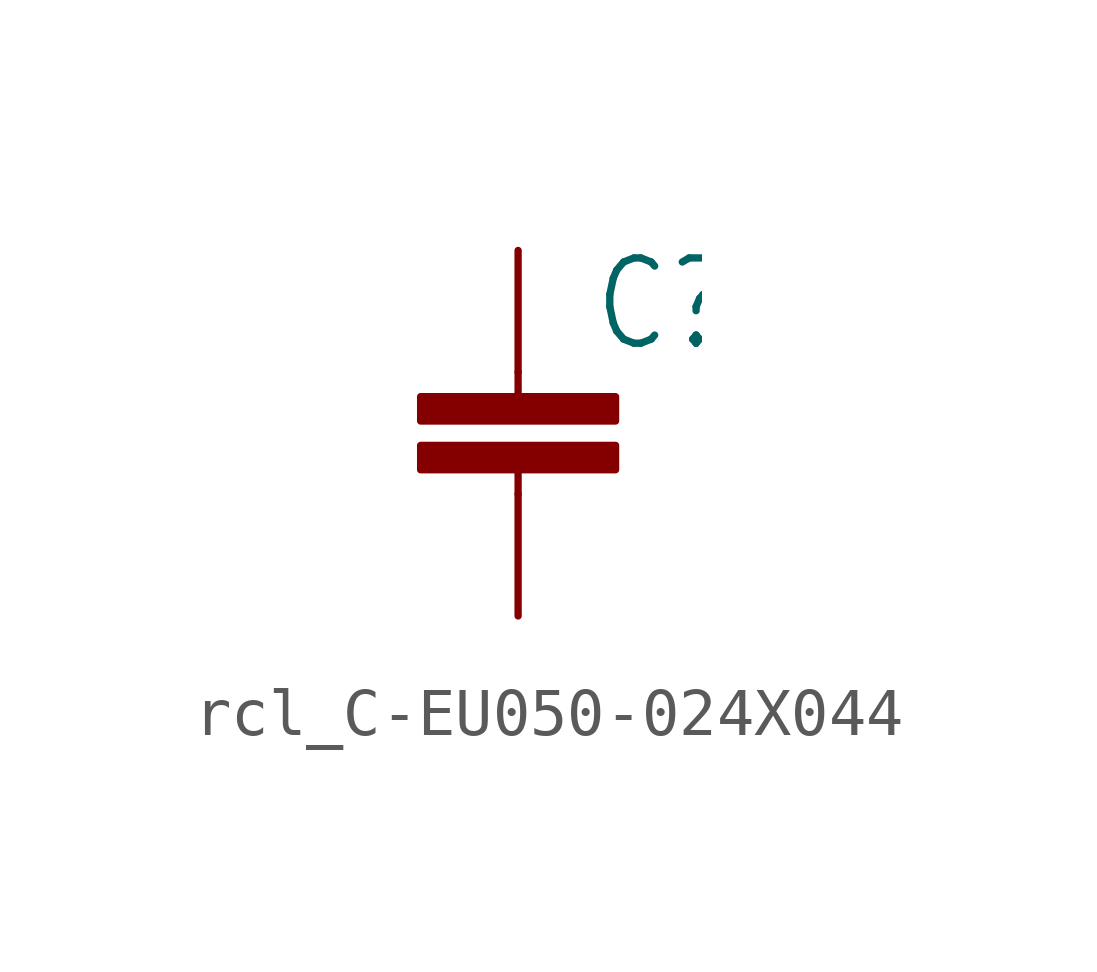
<source format=kicad_sym>
(kicad_symbol_lib
  (version 20241209)
  (generator "kicad_symbol_editor")
  (generator_version "9.0")
  (symbol "rcl_C-EU050-024X044"
    (property "Reference" "C"
      (at 1.524 0.381 0)
      (effects (font (size 1.778 1.511)) (justify left bottom)))
    (property "Value" ""
      (at 1.524 -4.699 0)
      (effects (font (size 1.778 1.511)) (justify left bottom)))
    (property "ki_locked" ""
      (at 0 0 0)
      (effects (font (size 1.27 1.27))))
    (symbol "rcl_C-EU050-024X044_1_0"
      (rectangle (start -2.032 -1.016) (end 2.032 -0.508) (stroke (width 0) (type default)) (fill (type outline)))
      (rectangle (start -2.032 -2.032) (end 2.032 -1.524) (stroke (width 0) (type default)) (fill (type outline)))
      (polyline (pts (xy 0 0) (xy 0 -0.508)) (stroke (width 0.152) (type solid)) (fill (type none)))
      (polyline (pts (xy 0 -2.54) (xy 0 -2.032)) (stroke (width 0.152) (type solid)) (fill (type none)))
      (pin passive line (at 0 2.54 270) (length 2.54) (name "1" (effects (font (size 0 0)))) (number "1" (effects (font (size 0 0)))))
      (pin passive line (at 0 -5.08 90) (length 2.54) (name "2" (effects (font (size 0 0)))) (number "2" (effects (font (size 0 0))))))))
</source>
